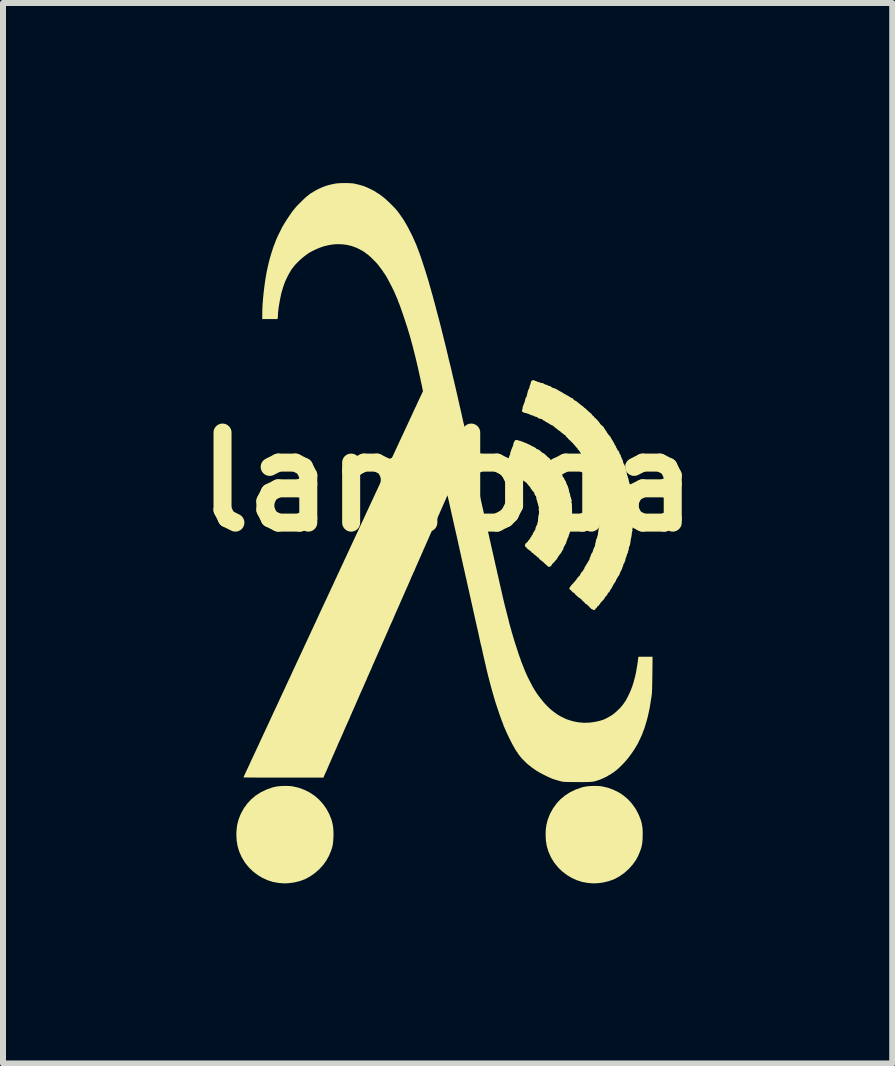
<source format=kicad_pcb>
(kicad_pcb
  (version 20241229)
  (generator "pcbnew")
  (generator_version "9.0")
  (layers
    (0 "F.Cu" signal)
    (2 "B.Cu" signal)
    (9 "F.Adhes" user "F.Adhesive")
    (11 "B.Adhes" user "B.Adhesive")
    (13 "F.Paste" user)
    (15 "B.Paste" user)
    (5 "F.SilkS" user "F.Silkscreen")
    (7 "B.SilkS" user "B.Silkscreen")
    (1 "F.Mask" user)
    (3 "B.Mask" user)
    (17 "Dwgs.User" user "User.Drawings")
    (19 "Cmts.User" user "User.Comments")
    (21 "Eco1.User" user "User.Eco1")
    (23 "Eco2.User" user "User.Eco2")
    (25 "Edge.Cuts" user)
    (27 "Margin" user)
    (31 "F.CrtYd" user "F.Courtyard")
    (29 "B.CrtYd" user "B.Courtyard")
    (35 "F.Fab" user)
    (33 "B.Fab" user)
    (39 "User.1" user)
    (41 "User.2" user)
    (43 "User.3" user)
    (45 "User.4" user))
  (footprint "lambda"
    (layer "F.Cu")
    (at 4.407 4.978)
    (property "Reference" "lambda" (at 0 0 0) (layer "F.SilkS") (effects (font (size 1.5 1.5) (thickness 0.3))))
    (attr board_only exclude_from_pos_files exclude_from_bom)
    (fp_poly (pts (xy -2.634 5.066) (xy -2.588 5.071) (xy -2.581 5.072) (xy -2.481 5.095) (xy -2.386 5.13) (xy -2.298 5.174) (xy -2.216 5.228) (xy -2.143 5.292) (xy -2.077 5.365) (xy -2.02 5.445) (xy -1.972 5.534) (xy -1.935 5.626) (xy -1.921 5.677) (xy -1.91 5.729) (xy -1.904 5.785) (xy -1.901 5.846) (xy -1.902 5.917) (xy -1.905 5.97) (xy -1.909 6.014) (xy -1.915 6.054) (xy -1.924 6.091) (xy -1.937 6.131) (xy -1.944 6.151) (xy -1.979 6.233) (xy -2.02 6.307) (xy -2.069 6.376) (xy -2.129 6.443) (xy -2.135 6.449) (xy -2.211 6.517) (xy -2.292 6.573) (xy -2.377 6.619) (xy -2.468 6.652) (xy -2.563 6.674) (xy -2.607 6.68) (xy -2.652 6.685) (xy -2.689 6.687) (xy -2.723 6.688) (xy -2.759 6.686) (xy -2.8 6.682) (xy -2.823 6.68) (xy -2.911 6.664) (xy -2.998 6.636) (xy -3.082 6.598) (xy -3.163 6.55) (xy -3.238 6.493) (xy -3.305 6.429) (xy -3.365 6.357) (xy -3.38 6.336) (xy -3.431 6.251) (xy -3.47 6.164) (xy -3.498 6.073) (xy -3.514 5.978) (xy -3.52 5.878) (xy -3.52 5.878) (xy -3.516 5.793) (xy -3.506 5.716) (xy -3.488 5.642) (xy -3.462 5.568) (xy -3.442 5.523) (xy -3.394 5.436) (xy -3.336 5.357) (xy -3.27 5.286) (xy -3.195 5.223) (xy -3.111 5.17) (xy -3.02 5.126) (xy -2.921 5.091) (xy -2.886 5.082) (xy -2.845 5.074) (xy -2.795 5.068) (xy -2.741 5.065) (xy -2.686 5.065)) (stroke (width 0) (type solid)) (fill yes) (layer "F.SilkS"))
    (fp_poly (pts (xy 2.518 5.066) (xy 2.563 5.071) (xy 2.57 5.072) (xy 2.671 5.095) (xy 2.765 5.13) (xy 2.854 5.174) (xy 2.935 5.228) (xy 3.009 5.292) (xy 3.074 5.365) (xy 3.131 5.445) (xy 3.179 5.534) (xy 3.216 5.626) (xy 3.231 5.677) (xy 3.241 5.729) (xy 3.248 5.785) (xy 3.25 5.846) (xy 3.249 5.917) (xy 3.247 5.97) (xy 3.242 6.014) (xy 3.236 6.054) (xy 3.227 6.091) (xy 3.214 6.131) (xy 3.207 6.151) (xy 3.173 6.233) (xy 3.132 6.307) (xy 3.082 6.376) (xy 3.022 6.443) (xy 3.016 6.449) (xy 2.94 6.517) (xy 2.86 6.573) (xy 2.774 6.619) (xy 2.683 6.652) (xy 2.588 6.674) (xy 2.544 6.68) (xy 2.5 6.685) (xy 2.462 6.687) (xy 2.428 6.688) (xy 2.393 6.686) (xy 2.352 6.682) (xy 2.328 6.68) (xy 2.241 6.664) (xy 2.154 6.636) (xy 2.069 6.598) (xy 1.989 6.55) (xy 1.914 6.493) (xy 1.846 6.429) (xy 1.787 6.357) (xy 1.771 6.336) (xy 1.72 6.251) (xy 1.681 6.164) (xy 1.653 6.073) (xy 1.637 5.978) (xy 1.632 5.878) (xy 1.632 5.878) (xy 1.635 5.793) (xy 1.645 5.716) (xy 1.663 5.642) (xy 1.69 5.568) (xy 1.71 5.523) (xy 1.758 5.436) (xy 1.815 5.357) (xy 1.881 5.286) (xy 1.957 5.223) (xy 2.04 5.17) (xy 2.131 5.126) (xy 2.23 5.091) (xy 2.265 5.082) (xy 2.306 5.074) (xy 2.356 5.068) (xy 2.41 5.065) (xy 2.465 5.065)) (stroke (width 0) (type solid)) (fill yes) (layer "F.SilkS"))
    (fp_poly (pts (xy 1.165 -0.696) (xy 1.182 -0.69) (xy 1.195 -0.685) (xy 1.202 -0.685) (xy 1.209 -0.685) (xy 1.221 -0.678) (xy 1.221 -0.678) (xy 1.234 -0.672) (xy 1.243 -0.671) (xy 1.251 -0.67) (xy 1.264 -0.663) (xy 1.264 -0.663) (xy 1.276 -0.655) (xy 1.283 -0.654) (xy 1.283 -0.654) (xy 1.29 -0.653) (xy 1.304 -0.647) (xy 1.324 -0.638) (xy 1.346 -0.628) (xy 1.368 -0.618) (xy 1.386 -0.608) (xy 1.397 -0.601) (xy 1.399 -0.599) (xy 1.406 -0.594) (xy 1.411 -0.594) (xy 1.422 -0.591) (xy 1.437 -0.583) (xy 1.455 -0.572) (xy 1.47 -0.562) (xy 1.48 -0.553) (xy 1.482 -0.549) (xy 1.487 -0.545) (xy 1.494 -0.544) (xy 1.513 -0.539) (xy 1.537 -0.523) (xy 1.56 -0.502) (xy 1.574 -0.489) (xy 1.587 -0.482) (xy 1.59 -0.481) (xy 1.599 -0.477) (xy 1.614 -0.466) (xy 1.632 -0.45) (xy 1.64 -0.442) (xy 1.659 -0.424) (xy 1.675 -0.409) (xy 1.687 -0.4) (xy 1.69 -0.398) (xy 1.701 -0.389) (xy 1.705 -0.381) (xy 1.711 -0.371) (xy 1.717 -0.369) (xy 1.726 -0.364) (xy 1.732 -0.355) (xy 1.743 -0.34) (xy 1.751 -0.333) (xy 1.761 -0.323) (xy 1.763 -0.318) (xy 1.767 -0.311) (xy 1.778 -0.298) (xy 1.794 -0.281) (xy 1.797 -0.278) (xy 1.814 -0.261) (xy 1.826 -0.246) (xy 1.832 -0.236) (xy 1.832 -0.235) (xy 1.837 -0.226) (xy 1.841 -0.225) (xy 1.849 -0.22) (xy 1.85 -0.21) (xy 1.854 -0.197) (xy 1.86 -0.192) (xy 1.869 -0.183) (xy 1.875 -0.172) (xy 1.882 -0.16) (xy 1.888 -0.156) (xy 1.893 -0.151) (xy 1.894 -0.145) (xy 1.899 -0.131) (xy 1.904 -0.125) (xy 1.911 -0.113) (xy 1.913 -0.102) (xy 1.918 -0.086) (xy 1.929 -0.074) (xy 1.94 -0.062) (xy 1.944 -0.05) (xy 1.948 -0.038) (xy 1.958 -0.023) (xy 1.96 -0.02) (xy 1.97 -0.005) (xy 1.975 0.009) (xy 1.975 0.011) (xy 1.98 0.031) (xy 1.994 0.057) (xy 1.997 0.063) (xy 2.003 0.075) (xy 2.009 0.095) (xy 2.016 0.118) (xy 2.021 0.142) (xy 2.025 0.161) (xy 2.025 0.167) (xy 2.028 0.178) (xy 2.031 0.181) (xy 2.035 0.187) (xy 2.039 0.202) (xy 2.041 0.219) (xy 2.044 0.239) (xy 2.048 0.252) (xy 2.051 0.256) (xy 2.055 0.262) (xy 2.057 0.272) (xy 2.06 0.29) (xy 2.065 0.3) (xy 2.069 0.313) (xy 2.065 0.324) (xy 2.061 0.336) (xy 2.065 0.343) (xy 2.068 0.352) (xy 2.07 0.371) (xy 2.071 0.399) (xy 2.072 0.433) (xy 2.073 0.471) (xy 2.073 0.512) (xy 2.073 0.553) (xy 2.072 0.593) (xy 2.071 0.629) (xy 2.069 0.659) (xy 2.067 0.681) (xy 2.065 0.694) (xy 2.064 0.696) (xy 2.058 0.709) (xy 2.056 0.727) (xy 2.056 0.728) (xy 2.054 0.744) (xy 2.051 0.753) (xy 2.051 0.753) (xy 2.048 0.761) (xy 2.045 0.777) (xy 2.042 0.8) (xy 2.041 0.806) (xy 2.039 0.83) (xy 2.036 0.847) (xy 2.033 0.856) (xy 2.032 0.856) (xy 2.029 0.86) (xy 2.025 0.87) (xy 2.019 0.889) (xy 2.011 0.918) (xy 2.009 0.927) (xy 2.004 0.936) (xy 2 0.938) (xy 1.995 0.943) (xy 1.994 0.952) (xy 1.991 0.968) (xy 1.985 0.981) (xy 1.978 0.998) (xy 1.976 1.011) (xy 1.974 1.022) (xy 1.971 1.026) (xy 1.966 1.033) (xy 1.957 1.047) (xy 1.952 1.058) (xy 1.943 1.075) (xy 1.935 1.087) (xy 1.932 1.091) (xy 1.929 1.099) (xy 1.93 1.106) (xy 1.928 1.119) (xy 1.923 1.127) (xy 1.913 1.14) (xy 1.904 1.157) (xy 1.903 1.16) (xy 1.892 1.179) (xy 1.877 1.199) (xy 1.874 1.203) (xy 1.86 1.22) (xy 1.844 1.243) (xy 1.835 1.259) (xy 1.823 1.279) (xy 1.811 1.296) (xy 1.803 1.304) (xy 1.792 1.314) (xy 1.788 1.322) (xy 1.783 1.331) (xy 1.78 1.332) (xy 1.771 1.337) (xy 1.764 1.347) (xy 1.756 1.359) (xy 1.747 1.363) (xy 1.74 1.368) (xy 1.738 1.374) (xy 1.733 1.387) (xy 1.721 1.401) (xy 1.706 1.412) (xy 1.7 1.414) (xy 1.687 1.415) (xy 1.677 1.412) (xy 1.663 1.403) (xy 1.655 1.394) (xy 1.648 1.385) (xy 1.643 1.382) (xy 1.636 1.377) (xy 1.624 1.367) (xy 1.608 1.351) (xy 1.608 1.351) (xy 1.592 1.335) (xy 1.577 1.323) (xy 1.568 1.317) (xy 1.558 1.311) (xy 1.557 1.307) (xy 1.552 1.301) (xy 1.55 1.3) (xy 1.541 1.296) (xy 1.53 1.287) (xy 1.525 1.279) (xy 1.525 1.278) (xy 1.521 1.271) (xy 1.512 1.261) (xy 1.503 1.257) (xy 1.503 1.257) (xy 1.495 1.252) (xy 1.485 1.242) (xy 1.485 1.242) (xy 1.47 1.229) (xy 1.453 1.216) (xy 1.452 1.216) (xy 1.439 1.206) (xy 1.432 1.199) (xy 1.432 1.197) (xy 1.426 1.191) (xy 1.414 1.183) (xy 1.413 1.183) (xy 1.4 1.175) (xy 1.394 1.167) (xy 1.394 1.167) (xy 1.389 1.159) (xy 1.377 1.149) (xy 1.374 1.147) (xy 1.357 1.136) (xy 1.344 1.125) (xy 1.343 1.124) (xy 1.333 1.115) (xy 1.327 1.113) (xy 1.32 1.108) (xy 1.317 1.1) (xy 1.309 1.088) (xy 1.301 1.083) (xy 1.29 1.075) (xy 1.287 1.061) (xy 1.291 1.042) (xy 1.303 1.023) (xy 1.306 1.02) (xy 1.319 1.008) (xy 1.328 1.001) (xy 1.33 1) (xy 1.336 0.995) (xy 1.34 0.985) (xy 1.346 0.973) (xy 1.353 0.969) (xy 1.361 0.964) (xy 1.365 0.955) (xy 1.372 0.941) (xy 1.383 0.925) (xy 1.385 0.923) (xy 1.395 0.909) (xy 1.4 0.897) (xy 1.4 0.896) (xy 1.405 0.886) (xy 1.41 0.884) (xy 1.417 0.875) (xy 1.419 0.866) (xy 1.423 0.851) (xy 1.431 0.84) (xy 1.442 0.825) (xy 1.447 0.814) (xy 1.452 0.803) (xy 1.457 0.8) (xy 1.461 0.795) (xy 1.463 0.781) (xy 1.463 0.778) (xy 1.464 0.764) (xy 1.468 0.757) (xy 1.469 0.756) (xy 1.474 0.751) (xy 1.475 0.741) (xy 1.479 0.727) (xy 1.485 0.721) (xy 1.492 0.712) (xy 1.494 0.696) (xy 1.495 0.682) (xy 1.498 0.675) (xy 1.499 0.675) (xy 1.503 0.67) (xy 1.504 0.661) (xy 1.507 0.62) (xy 1.51 0.59) (xy 1.512 0.569) (xy 1.515 0.555) (xy 1.518 0.547) (xy 1.518 0.546) (xy 1.521 0.532) (xy 1.523 0.511) (xy 1.522 0.488) (xy 1.518 0.468) (xy 1.516 0.461) (xy 1.516 0.447) (xy 1.52 0.44) (xy 1.524 0.43) (xy 1.521 0.426) (xy 1.516 0.418) (xy 1.512 0.402) (xy 1.51 0.389) (xy 1.506 0.37) (xy 1.502 0.357) (xy 1.5 0.353) (xy 1.496 0.345) (xy 1.494 0.331) (xy 1.492 0.317) (xy 1.488 0.31) (xy 1.484 0.302) (xy 1.48 0.286) (xy 1.478 0.269) (xy 1.474 0.247) (xy 1.469 0.234) (xy 1.463 0.23) (xy 1.454 0.221) (xy 1.448 0.203) (xy 1.443 0.185) (xy 1.435 0.17) (xy 1.421 0.155) (xy 1.414 0.148) (xy 1.404 0.137) (xy 1.4 0.128) (xy 1.395 0.119) (xy 1.391 0.117) (xy 1.383 0.108) (xy 1.382 0.104) (xy 1.378 0.094) (xy 1.367 0.08) (xy 1.36 0.072) (xy 1.344 0.054) (xy 1.329 0.034) (xy 1.325 0.029) (xy 1.309 0.012) (xy 1.29 -0.003) (xy 1.288 -0.004) (xy 1.275 -0.011) (xy 1.263 -0.02) (xy 1.249 -0.031) (xy 1.231 -0.048) (xy 1.222 -0.056) (xy 1.204 -0.07) (xy 1.182 -0.083) (xy 1.174 -0.087) (xy 1.157 -0.095) (xy 1.144 -0.103) (xy 1.141 -0.105) (xy 1.133 -0.109) (xy 1.129 -0.109) (xy 1.119 -0.11) (xy 1.116 -0.112) (xy 1.108 -0.119) (xy 1.092 -0.128) (xy 1.074 -0.136) (xy 1.057 -0.142) (xy 1.048 -0.144) (xy 1.037 -0.147) (xy 1.035 -0.15) (xy 1.026 -0.155) (xy 1.015 -0.156) (xy 0.999 -0.16) (xy 0.99 -0.166) (xy 0.976 -0.173) (xy 0.965 -0.175) (xy 0.956 -0.176) (xy 0.952 -0.182) (xy 0.95 -0.197) (xy 0.95 -0.202) (xy 0.952 -0.222) (xy 0.957 -0.235) (xy 0.959 -0.237) (xy 0.967 -0.248) (xy 0.971 -0.261) (xy 0.977 -0.29) (xy 0.982 -0.308) (xy 0.987 -0.317) (xy 0.989 -0.319) (xy 0.994 -0.328) (xy 0.998 -0.343) (xy 0.998 -0.344) (xy 1.002 -0.359) (xy 1.007 -0.368) (xy 1.007 -0.368) (xy 1.01 -0.374) (xy 1.009 -0.376) (xy 1.009 -0.385) (xy 1.015 -0.396) (xy 1.022 -0.412) (xy 1.028 -0.43) (xy 1.033 -0.444) (xy 1.038 -0.45) (xy 1.039 -0.45) (xy 1.042 -0.454) (xy 1.041 -0.457) (xy 1.041 -0.466) (xy 1.044 -0.484) (xy 1.052 -0.509) (xy 1.062 -0.537) (xy 1.073 -0.566) (xy 1.085 -0.594) (xy 1.089 -0.602) (xy 1.093 -0.617) (xy 1.094 -0.625) (xy 1.097 -0.642) (xy 1.099 -0.649) (xy 1.111 -0.672) (xy 1.119 -0.686) (xy 1.125 -0.694) (xy 1.132 -0.697) (xy 1.142 -0.698) (xy 1.144 -0.698)) (stroke (width 0) (type solid)) (fill yes) (layer "F.SilkS"))
    (fp_poly (pts (xy 1.442 -1.693) (xy 1.45 -1.689) (xy 1.45 -1.688) (xy 1.456 -1.683) (xy 1.465 -1.682) (xy 1.48 -1.678) (xy 1.488 -1.672) (xy 1.5 -1.665) (xy 1.508 -1.665) (xy 1.522 -1.664) (xy 1.527 -1.66) (xy 1.538 -1.654) (xy 1.556 -1.649) (xy 1.567 -1.648) (xy 1.589 -1.643) (xy 1.606 -1.635) (xy 1.612 -1.631) (xy 1.627 -1.622) (xy 1.64 -1.619) (xy 1.656 -1.615) (xy 1.665 -1.61) (xy 1.679 -1.602) (xy 1.688 -1.6) (xy 1.704 -1.596) (xy 1.723 -1.586) (xy 1.741 -1.572) (xy 1.742 -1.572) (xy 1.753 -1.566) (xy 1.77 -1.561) (xy 1.774 -1.561) (xy 1.794 -1.554) (xy 1.816 -1.543) (xy 1.823 -1.539) (xy 1.844 -1.525) (xy 1.869 -1.512) (xy 1.877 -1.507) (xy 1.897 -1.497) (xy 1.915 -1.486) (xy 1.92 -1.482) (xy 1.937 -1.472) (xy 1.955 -1.462) (xy 1.969 -1.455) (xy 1.975 -1.449) (xy 1.975 -1.449) (xy 1.981 -1.445) (xy 1.984 -1.444) (xy 1.994 -1.441) (xy 2.009 -1.432) (xy 2.017 -1.427) (xy 2.043 -1.41) (xy 2.061 -1.399) (xy 2.073 -1.395) (xy 2.079 -1.394) (xy 2.087 -1.391) (xy 2.088 -1.387) (xy 2.093 -1.377) (xy 2.108 -1.364) (xy 2.129 -1.351) (xy 2.142 -1.345) (xy 2.154 -1.337) (xy 2.17 -1.324) (xy 2.174 -1.32) (xy 2.187 -1.308) (xy 2.198 -1.301) (xy 2.2 -1.3) (xy 2.208 -1.295) (xy 2.213 -1.289) (xy 2.223 -1.278) (xy 2.238 -1.269) (xy 2.254 -1.259) (xy 2.266 -1.247) (xy 2.275 -1.236) (xy 2.282 -1.232) (xy 2.29 -1.227) (xy 2.302 -1.217) (xy 2.309 -1.211) (xy 2.324 -1.196) (xy 2.344 -1.177) (xy 2.366 -1.159) (xy 2.368 -1.157) (xy 2.386 -1.141) (xy 2.4 -1.128) (xy 2.407 -1.119) (xy 2.407 -1.117) (xy 2.412 -1.109) (xy 2.424 -1.1) (xy 2.426 -1.099) (xy 2.438 -1.089) (xy 2.444 -1.08) (xy 2.444 -1.079) (xy 2.447 -1.07) (xy 2.449 -1.069) (xy 2.458 -1.065) (xy 2.47 -1.055) (xy 2.481 -1.043) (xy 2.488 -1.034) (xy 2.488 -1.032) (xy 2.493 -1.026) (xy 2.497 -1.025) (xy 2.506 -1.022) (xy 2.507 -1.019) (xy 2.511 -1.01) (xy 2.52 -0.998) (xy 2.522 -0.995) (xy 2.533 -0.983) (xy 2.538 -0.974) (xy 2.538 -0.973) (xy 2.542 -0.967) (xy 2.553 -0.955) (xy 2.567 -0.942) (xy 2.581 -0.929) (xy 2.592 -0.921) (xy 2.596 -0.919) (xy 2.6 -0.914) (xy 2.601 -0.909) (xy 2.605 -0.899) (xy 2.614 -0.885) (xy 2.616 -0.883) (xy 2.627 -0.87) (xy 2.632 -0.859) (xy 2.632 -0.858) (xy 2.637 -0.849) (xy 2.641 -0.846) (xy 2.649 -0.838) (xy 2.651 -0.831) (xy 2.655 -0.819) (xy 2.66 -0.815) (xy 2.668 -0.807) (xy 2.669 -0.803) (xy 2.674 -0.793) (xy 2.682 -0.786) (xy 2.692 -0.777) (xy 2.694 -0.771) (xy 2.698 -0.763) (xy 2.701 -0.763) (xy 2.708 -0.758) (xy 2.713 -0.749) (xy 2.722 -0.732) (xy 2.727 -0.722) (xy 2.747 -0.691) (xy 2.765 -0.659) (xy 2.78 -0.631) (xy 2.785 -0.621) (xy 2.793 -0.605) (xy 2.8 -0.595) (xy 2.802 -0.594) (xy 2.806 -0.589) (xy 2.807 -0.579) (xy 2.81 -0.566) (xy 2.816 -0.56) (xy 2.824 -0.552) (xy 2.826 -0.542) (xy 2.831 -0.528) (xy 2.84 -0.522) (xy 2.852 -0.51) (xy 2.858 -0.492) (xy 2.865 -0.473) (xy 2.875 -0.456) (xy 2.876 -0.455) (xy 2.885 -0.439) (xy 2.888 -0.425) (xy 2.892 -0.409) (xy 2.898 -0.4) (xy 2.906 -0.388) (xy 2.907 -0.381) (xy 2.909 -0.371) (xy 2.912 -0.369) (xy 2.916 -0.363) (xy 2.92 -0.349) (xy 2.922 -0.338) (xy 2.927 -0.316) (xy 2.935 -0.3) (xy 2.938 -0.297) (xy 2.946 -0.284) (xy 2.953 -0.263) (xy 2.954 -0.256) (xy 2.957 -0.237) (xy 2.962 -0.225) (xy 2.964 -0.222) (xy 2.968 -0.213) (xy 2.969 -0.2) (xy 2.971 -0.186) (xy 2.975 -0.178) (xy 2.979 -0.171) (xy 2.983 -0.155) (xy 2.985 -0.14) (xy 2.989 -0.121) (xy 2.993 -0.107) (xy 2.995 -0.103) (xy 3 -0.094) (xy 3.001 -0.084) (xy 3.003 -0.071) (xy 3.006 -0.066) (xy 3.01 -0.058) (xy 3.014 -0.042) (xy 3.016 -0.03) (xy 3.02 -0.01) (xy 3.024 0.005) (xy 3.026 0.009) (xy 3.03 0.02) (xy 3.034 0.034) (xy 3.04 0.065) (xy 3.047 0.091) (xy 3.052 0.112) (xy 3.056 0.123) (xy 3.057 0.125) (xy 3.06 0.132) (xy 3.062 0.149) (xy 3.064 0.172) (xy 3.065 0.179) (xy 3.067 0.204) (xy 3.071 0.227) (xy 3.076 0.241) (xy 3.077 0.243) (xy 3.082 0.256) (xy 3.078 0.268) (xy 3.074 0.281) (xy 3.077 0.286) (xy 3.08 0.295) (xy 3.084 0.313) (xy 3.085 0.329) (xy 3.087 0.353) (xy 3.09 0.374) (xy 3.092 0.383) (xy 3.092 0.405) (xy 3.088 0.416) (xy 3.083 0.429) (xy 3.087 0.439) (xy 3.088 0.441) (xy 3.093 0.451) (xy 3.088 0.459) (xy 3.084 0.471) (xy 3.087 0.477) (xy 3.089 0.485) (xy 3.091 0.503) (xy 3.093 0.528) (xy 3.093 0.557) (xy 3.094 0.588) (xy 3.094 0.618) (xy 3.093 0.645) (xy 3.092 0.666) (xy 3.09 0.679) (xy 3.088 0.681) (xy 3.085 0.687) (xy 3.082 0.701) (xy 3.082 0.712) (xy 3.08 0.733) (xy 3.076 0.745) (xy 3.074 0.747) (xy 3.07 0.751) (xy 3.074 0.754) (xy 3.08 0.761) (xy 3.082 0.773) (xy 3.08 0.784) (xy 3.076 0.788) (xy 3.073 0.792) (xy 3.077 0.8) (xy 3.082 0.812) (xy 3.078 0.818) (xy 3.074 0.826) (xy 3.07 0.843) (xy 3.068 0.863) (xy 3.066 0.887) (xy 3.063 0.908) (xy 3.06 0.919) (xy 3.056 0.937) (xy 3.051 0.964) (xy 3.046 0.997) (xy 3.041 1.032) (xy 3.037 1.051) (xy 3.032 1.065) (xy 3.03 1.068) (xy 3.023 1.082) (xy 3.022 1.087) (xy 3.017 1.117) (xy 3.014 1.136) (xy 3.011 1.148) (xy 3.008 1.153) (xy 3.007 1.153) (xy 3.004 1.161) (xy 3.005 1.168) (xy 3.003 1.182) (xy 2.998 1.19) (xy 2.99 1.201) (xy 2.988 1.208) (xy 2.986 1.22) (xy 2.98 1.239) (xy 2.973 1.258) (xy 2.966 1.274) (xy 2.962 1.279) (xy 2.96 1.288) (xy 2.963 1.291) (xy 2.965 1.299) (xy 2.96 1.308) (xy 2.953 1.322) (xy 2.951 1.331) (xy 2.947 1.343) (xy 2.938 1.357) (xy 2.929 1.372) (xy 2.926 1.385) (xy 2.923 1.399) (xy 2.916 1.415) (xy 2.91 1.43) (xy 2.907 1.442) (xy 2.904 1.452) (xy 2.896 1.468) (xy 2.891 1.476) (xy 2.879 1.499) (xy 2.868 1.525) (xy 2.866 1.532) (xy 2.86 1.55) (xy 2.854 1.561) (xy 2.852 1.563) (xy 2.846 1.568) (xy 2.838 1.58) (xy 2.835 1.586) (xy 2.825 1.603) (xy 2.817 1.616) (xy 2.815 1.618) (xy 2.808 1.63) (xy 2.807 1.635) (xy 2.804 1.645) (xy 2.795 1.661) (xy 2.783 1.681) (xy 2.771 1.697) (xy 2.765 1.707) (xy 2.757 1.722) (xy 2.755 1.725) (xy 2.738 1.758) (xy 2.725 1.78) (xy 2.715 1.795) (xy 2.711 1.799) (xy 2.703 1.814) (xy 2.7 1.822) (xy 2.693 1.835) (xy 2.684 1.841) (xy 2.672 1.851) (xy 2.666 1.864) (xy 2.661 1.877) (xy 2.656 1.882) (xy 2.651 1.887) (xy 2.651 1.891) (xy 2.646 1.901) (xy 2.635 1.908) (xy 2.623 1.917) (xy 2.619 1.926) (xy 2.619 1.932) (xy 2.615 1.939) (xy 2.608 1.949) (xy 2.596 1.963) (xy 2.577 1.983) (xy 2.559 2.002) (xy 2.548 2.015) (xy 2.542 2.024) (xy 2.542 2.025) (xy 2.541 2.029) (xy 2.534 2.038) (xy 2.533 2.038) (xy 2.523 2.049) (xy 2.519 2.057) (xy 2.514 2.064) (xy 2.504 2.069) (xy 2.491 2.079) (xy 2.488 2.088) (xy 2.484 2.098) (xy 2.479 2.101) (xy 2.47 2.106) (xy 2.462 2.118) (xy 2.45 2.133) (xy 2.436 2.136) (xy 2.422 2.129) (xy 2.408 2.122) (xy 2.399 2.119) (xy 2.39 2.115) (xy 2.388 2.111) (xy 2.383 2.102) (xy 2.372 2.094) (xy 2.361 2.086) (xy 2.357 2.08) (xy 2.352 2.071) (xy 2.342 2.061) (xy 2.332 2.057) (xy 2.326 2.052) (xy 2.326 2.047) (xy 2.32 2.04) (xy 2.311 2.038) (xy 2.298 2.033) (xy 2.286 2.018) (xy 2.284 2.016) (xy 2.273 2.001) (xy 2.261 1.991) (xy 2.258 1.99) (xy 2.247 1.983) (xy 2.244 1.975) (xy 2.239 1.964) (xy 2.229 1.959) (xy 2.217 1.954) (xy 2.213 1.947) (xy 2.208 1.94) (xy 2.195 1.932) (xy 2.195 1.932) (xy 2.18 1.923) (xy 2.162 1.908) (xy 2.154 1.9) (xy 2.14 1.886) (xy 2.129 1.877) (xy 2.125 1.875) (xy 2.12 1.87) (xy 2.119 1.864) (xy 2.114 1.853) (xy 2.102 1.848) (xy 2.087 1.841) (xy 2.072 1.826) (xy 2.069 1.823) (xy 2.058 1.809) (xy 2.049 1.801) (xy 2.047 1.801) (xy 2.039 1.796) (xy 2.031 1.784) (xy 2.026 1.771) (xy 2.028 1.765) (xy 2.03 1.765) (xy 2.037 1.757) (xy 2.038 1.753) (xy 2.042 1.745) (xy 2.044 1.744) (xy 2.05 1.739) (xy 2.051 1.737) (xy 2.055 1.729) (xy 2.065 1.716) (xy 2.077 1.704) (xy 2.122 1.655) (xy 2.156 1.609) (xy 2.161 1.602) (xy 2.172 1.587) (xy 2.181 1.577) (xy 2.185 1.575) (xy 2.192 1.57) (xy 2.202 1.557) (xy 2.209 1.543) (xy 2.22 1.522) (xy 2.23 1.506) (xy 2.236 1.499) (xy 2.254 1.481) (xy 2.262 1.467) (xy 2.263 1.463) (xy 2.267 1.457) (xy 2.269 1.457) (xy 2.273 1.451) (xy 2.278 1.438) (xy 2.278 1.437) (xy 2.285 1.419) (xy 2.296 1.401) (xy 2.297 1.399) (xy 2.308 1.385) (xy 2.313 1.373) (xy 2.313 1.372) (xy 2.316 1.364) (xy 2.318 1.363) (xy 2.324 1.358) (xy 2.332 1.345) (xy 2.335 1.338) (xy 2.344 1.321) (xy 2.352 1.308) (xy 2.355 1.306) (xy 2.362 1.294) (xy 2.363 1.287) (xy 2.366 1.274) (xy 2.372 1.256) (xy 2.376 1.249) (xy 2.383 1.231) (xy 2.388 1.217) (xy 2.388 1.213) (xy 2.392 1.202) (xy 2.402 1.188) (xy 2.404 1.186) (xy 2.414 1.171) (xy 2.419 1.157) (xy 2.419 1.155) (xy 2.422 1.139) (xy 2.429 1.123) (xy 2.435 1.108) (xy 2.438 1.097) (xy 2.438 1.097) (xy 2.442 1.087) (xy 2.447 1.082) (xy 2.454 1.07) (xy 2.457 1.05) (xy 2.457 1.048) (xy 2.458 1.03) (xy 2.462 1.017) (xy 2.463 1.015) (xy 2.467 1.005) (xy 2.47 0.989) (xy 2.47 0.983) (xy 2.473 0.965) (xy 2.478 0.952) (xy 2.48 0.949) (xy 2.486 0.938) (xy 2.488 0.928) (xy 2.49 0.916) (xy 2.493 0.913) (xy 2.496 0.907) (xy 2.5 0.89) (xy 2.504 0.866) (xy 2.508 0.834) (xy 2.513 0.799) (xy 2.516 0.767) (xy 2.52 0.752) (xy 2.524 0.745) (xy 2.527 0.737) (xy 2.529 0.719) (xy 2.53 0.692) (xy 2.532 0.658) (xy 2.533 0.618) (xy 2.533 0.576) (xy 2.534 0.532) (xy 2.534 0.488) (xy 2.533 0.446) (xy 2.532 0.409) (xy 2.531 0.377) (xy 2.529 0.353) (xy 2.527 0.339) (xy 2.526 0.335) (xy 2.522 0.326) (xy 2.52 0.308) (xy 2.519 0.293) (xy 2.518 0.273) (xy 2.516 0.258) (xy 2.514 0.254) (xy 2.51 0.245) (xy 2.505 0.228) (xy 2.502 0.206) (xy 2.5 0.182) (xy 2.5 0.161) (xy 2.499 0.146) (xy 2.496 0.138) (xy 2.495 0.138) (xy 2.49 0.132) (xy 2.486 0.119) (xy 2.486 0.117) (xy 2.481 0.091) (xy 2.475 0.065) (xy 2.469 0.043) (xy 2.464 0.027) (xy 2.461 0.021) (xy 2.458 0.012) (xy 2.457 0.003) (xy 2.453 -0.013) (xy 2.447 -0.021) (xy 2.44 -0.033) (xy 2.438 -0.04) (xy 2.435 -0.05) (xy 2.432 -0.053) (xy 2.428 -0.061) (xy 2.424 -0.077) (xy 2.422 -0.091) (xy 2.419 -0.11) (xy 2.415 -0.122) (xy 2.413 -0.125) (xy 2.407 -0.13) (xy 2.4 -0.144) (xy 2.393 -0.16) (xy 2.389 -0.176) (xy 2.388 -0.182) (xy 2.383 -0.197) (xy 2.376 -0.204) (xy 2.367 -0.215) (xy 2.361 -0.232) (xy 2.36 -0.234) (xy 2.357 -0.249) (xy 2.353 -0.256) (xy 2.352 -0.256) (xy 2.346 -0.262) (xy 2.339 -0.274) (xy 2.334 -0.289) (xy 2.332 -0.301) (xy 2.328 -0.311) (xy 2.322 -0.313) (xy 2.315 -0.318) (xy 2.313 -0.328) (xy 2.308 -0.343) (xy 2.297 -0.355) (xy 2.286 -0.367) (xy 2.282 -0.378) (xy 2.282 -0.378) (xy 2.277 -0.389) (xy 2.273 -0.391) (xy 2.265 -0.4) (xy 2.26 -0.41) (xy 2.255 -0.421) (xy 2.25 -0.425) (xy 2.245 -0.43) (xy 2.244 -0.438) (xy 2.24 -0.45) (xy 2.235 -0.454) (xy 2.227 -0.462) (xy 2.219 -0.476) (xy 2.213 -0.488) (xy 2.208 -0.494) (xy 2.208 -0.494) (xy 2.203 -0.499) (xy 2.196 -0.511) (xy 2.195 -0.512) (xy 2.186 -0.527) (xy 2.175 -0.535) (xy 2.165 -0.544) (xy 2.163 -0.554) (xy 2.16 -0.566) (xy 2.154 -0.569) (xy 2.144 -0.574) (xy 2.138 -0.581) (xy 2.13 -0.593) (xy 2.116 -0.61) (xy 2.098 -0.63) (xy 2.078 -0.652) (xy 2.057 -0.673) (xy 2.038 -0.692) (xy 2.023 -0.705) (xy 2.014 -0.712) (xy 2.013 -0.713) (xy 2.007 -0.718) (xy 2.007 -0.721) (xy 2.002 -0.73) (xy 1.991 -0.738) (xy 1.98 -0.746) (xy 1.975 -0.754) (xy 1.972 -0.762) (xy 1.969 -0.763) (xy 1.964 -0.768) (xy 1.963 -0.772) (xy 1.958 -0.78) (xy 1.953 -0.781) (xy 1.942 -0.786) (xy 1.928 -0.796) (xy 1.921 -0.803) (xy 1.907 -0.816) (xy 1.895 -0.824) (xy 1.891 -0.825) (xy 1.883 -0.83) (xy 1.882 -0.835) (xy 1.876 -0.843) (xy 1.863 -0.851) (xy 1.857 -0.854) (xy 1.841 -0.862) (xy 1.833 -0.87) (xy 1.832 -0.872) (xy 1.826 -0.881) (xy 1.819 -0.885) (xy 1.807 -0.891) (xy 1.791 -0.904) (xy 1.78 -0.913) (xy 1.766 -0.927) (xy 1.756 -0.936) (xy 1.752 -0.938) (xy 1.743 -0.941) (xy 1.729 -0.947) (xy 1.713 -0.956) (xy 1.7 -0.963) (xy 1.696 -0.966) (xy 1.687 -0.973) (xy 1.671 -0.982) (xy 1.654 -0.991) (xy 1.636 -1.001) (xy 1.623 -1.009) (xy 1.619 -1.014) (xy 1.614 -1.018) (xy 1.608 -1.019) (xy 1.596 -1.024) (xy 1.584 -1.035) (xy 1.569 -1.047) (xy 1.551 -1.05) (xy 1.535 -1.053) (xy 1.517 -1.059) (xy 1.503 -1.067) (xy 1.495 -1.074) (xy 1.494 -1.076) (xy 1.489 -1.08) (xy 1.475 -1.084) (xy 1.469 -1.085) (xy 1.453 -1.088) (xy 1.445 -1.093) (xy 1.444 -1.094) (xy 1.439 -1.099) (xy 1.425 -1.103) (xy 1.424 -1.103) (xy 1.405 -1.109) (xy 1.383 -1.117) (xy 1.378 -1.119) (xy 1.357 -1.128) (xy 1.333 -1.137) (xy 1.31 -1.145) (xy 1.292 -1.149) (xy 1.285 -1.15) (xy 1.275 -1.153) (xy 1.259 -1.159) (xy 1.258 -1.16) (xy 1.242 -1.171) (xy 1.238 -1.185) (xy 1.239 -1.197) (xy 1.242 -1.2) (xy 1.245 -1.206) (xy 1.248 -1.22) (xy 1.249 -1.233) (xy 1.252 -1.255) (xy 1.257 -1.27) (xy 1.26 -1.273) (xy 1.267 -1.284) (xy 1.269 -1.296) (xy 1.271 -1.308) (xy 1.275 -1.313) (xy 1.28 -1.318) (xy 1.282 -1.331) (xy 1.285 -1.348) (xy 1.291 -1.359) (xy 1.296 -1.367) (xy 1.294 -1.37) (xy 1.292 -1.376) (xy 1.295 -1.388) (xy 1.3 -1.399) (xy 1.307 -1.406) (xy 1.308 -1.407) (xy 1.312 -1.412) (xy 1.313 -1.422) (xy 1.316 -1.436) (xy 1.323 -1.442) (xy 1.329 -1.446) (xy 1.325 -1.451) (xy 1.32 -1.458) (xy 1.323 -1.464) (xy 1.328 -1.475) (xy 1.333 -1.493) (xy 1.334 -1.501) (xy 1.339 -1.521) (xy 1.347 -1.538) (xy 1.35 -1.542) (xy 1.357 -1.555) (xy 1.363 -1.575) (xy 1.365 -1.585) (xy 1.369 -1.603) (xy 1.373 -1.615) (xy 1.375 -1.618) (xy 1.38 -1.625) (xy 1.382 -1.638) (xy 1.385 -1.656) (xy 1.392 -1.675) (xy 1.393 -1.675) (xy 1.402 -1.688) (xy 1.415 -1.693) (xy 1.427 -1.694)) (stroke (width 0) (type solid)) (fill yes) (layer "F.SilkS"))
    (fp_poly (pts (xy -1.668 -4.978) (xy -1.626 -4.976) (xy -1.589 -4.974) (xy -1.562 -4.971) (xy -1.56 -4.97) (xy -1.532 -4.964) (xy -1.499 -4.956) (xy -1.467 -4.948) (xy -1.463 -4.947) (xy -1.437 -4.939) (xy -1.414 -4.933) (xy -1.399 -4.929) (xy -1.396 -4.928) (xy -1.383 -4.923) (xy -1.378 -4.919) (xy -1.369 -4.914) (xy -1.365 -4.914) (xy -1.356 -4.911) (xy -1.338 -4.904) (xy -1.315 -4.893) (xy -1.289 -4.88) (xy -1.262 -4.867) (xy -1.237 -4.854) (xy -1.216 -4.843) (xy -1.203 -4.835) (xy -1.2 -4.832) (xy -1.194 -4.827) (xy -1.18 -4.819) (xy -1.169 -4.812) (xy -1.15 -4.801) (xy -1.134 -4.79) (xy -1.128 -4.786) (xy -1.118 -4.778) (xy -1.101 -4.765) (xy -1.079 -4.748) (xy -1.066 -4.738) (xy -1.043 -4.72) (xy -1.016 -4.695) (xy -0.984 -4.666) (xy -0.951 -4.634) (xy -0.919 -4.602) (xy -0.89 -4.572) (xy -0.864 -4.545) (xy -0.846 -4.523) (xy -0.841 -4.517) (xy -0.829 -4.502) (xy -0.821 -4.491) (xy -0.819 -4.489) (xy -0.814 -4.482) (xy -0.804 -4.468) (xy -0.791 -4.449) (xy -0.788 -4.445) (xy -0.774 -4.425) (xy -0.764 -4.41) (xy -0.757 -4.402) (xy -0.757 -4.401) (xy -0.751 -4.393) (xy -0.74 -4.376) (xy -0.725 -4.352) (xy -0.707 -4.322) (xy -0.688 -4.289) (xy -0.668 -4.254) (xy -0.663 -4.245) (xy -0.651 -4.222) (xy -0.635 -4.191) (xy -0.617 -4.156) (xy -0.599 -4.119) (xy -0.582 -4.085) (xy -0.569 -4.055) (xy -0.561 -4.038) (xy -0.548 -4.008) (xy -0.538 -3.986) (xy -0.531 -3.97) (xy -0.526 -3.959) (xy -0.522 -3.949) (xy -0.521 -3.948) (xy -0.515 -3.934) (xy -0.513 -3.925) (xy -0.513 -3.925) (xy -0.51 -3.916) (xy -0.504 -3.901) (xy -0.501 -3.893) (xy -0.492 -3.872) (xy -0.481 -3.841) (xy -0.466 -3.802) (xy -0.45 -3.755) (xy -0.432 -3.703) (xy -0.414 -3.647) (xy -0.395 -3.589) (xy -0.376 -3.531) (xy -0.358 -3.474) (xy -0.341 -3.419) (xy -0.326 -3.37) (xy -0.313 -3.326) (xy -0.312 -3.323) (xy -0.307 -3.303) (xy -0.301 -3.282) (xy -0.295 -3.26) (xy -0.288 -3.238) (xy -0.288 -3.237) (xy -0.281 -3.214) (xy -0.275 -3.19) (xy -0.275 -3.19) (xy -0.269 -3.168) (xy -0.263 -3.147) (xy -0.262 -3.146) (xy -0.252 -3.11) (xy -0.244 -3.083) (xy -0.239 -3.062) (xy -0.238 -3.057) (xy -0.232 -3.035) (xy -0.226 -3.013) (xy -0.219 -2.989) (xy -0.211 -2.959) (xy -0.203 -2.928) (xy -0.195 -2.9) (xy -0.19 -2.877) (xy -0.188 -2.869) (xy -0.183 -2.851) (xy -0.177 -2.827) (xy -0.172 -2.81) (xy -0.166 -2.788) (xy -0.158 -2.758) (xy -0.149 -2.723) (xy -0.139 -2.685) (xy -0.129 -2.648) (xy -0.121 -2.615) (xy -0.114 -2.59) (xy -0.112 -2.58) (xy -0.106 -2.557) (xy -0.1 -2.534) (xy -0.1 -2.533) (xy -0.095 -2.511) (xy -0.089 -2.487) (xy -0.088 -2.483) (xy -0.082 -2.46) (xy -0.076 -2.437) (xy -0.075 -2.433) (xy -0.07 -2.412) (xy -0.064 -2.387) (xy -0.063 -2.382) (xy -0.054 -2.347) (xy -0.046 -2.317) (xy -0.041 -2.297) (xy -0.039 -2.286) (xy -0.033 -2.264) (xy -0.026 -2.235) (xy -0.018 -2.202) (xy -0.01 -2.166) (xy -0.001 -2.13) (xy 0.007 -2.096) (xy 0.013 -2.069) (xy 0.02 -2.038) (xy 0.027 -2.013) (xy 0.033 -1.987) (xy 0.041 -1.956) (xy 0.044 -1.946) (xy 0.047 -1.932) (xy 0.051 -1.915) (xy 0.057 -1.891) (xy 0.064 -1.86) (xy 0.073 -1.819) (xy 0.079 -1.794) (xy 0.085 -1.769) (xy 0.09 -1.746) (xy 0.094 -1.732) (xy 0.098 -1.714) (xy 0.104 -1.69) (xy 0.11 -1.666) (xy 0.116 -1.636) (xy 0.124 -1.603) (xy 0.129 -1.582) (xy 0.136 -1.553) (xy 0.143 -1.521) (xy 0.147 -1.503) (xy 0.153 -1.476) (xy 0.161 -1.444) (xy 0.165 -1.425) (xy 0.171 -1.4) (xy 0.178 -1.368) (xy 0.185 -1.336) (xy 0.188 -1.325) (xy 0.194 -1.297) (xy 0.2 -1.27) (xy 0.205 -1.25) (xy 0.206 -1.244) (xy 0.212 -1.22) (xy 0.219 -1.188) (xy 0.229 -1.146) (xy 0.231 -1.136) (xy 0.243 -1.08) (xy 0.253 -1.035) (xy 0.261 -1) (xy 0.267 -0.975) (xy 0.269 -0.969) (xy 0.273 -0.952) (xy 0.279 -0.928) (xy 0.285 -0.901) (xy 0.285 -0.9) (xy 0.289 -0.881) (xy 0.293 -0.86) (xy 0.298 -0.836) (xy 0.305 -0.808) (xy 0.313 -0.772) (xy 0.322 -0.728) (xy 0.331 -0.688) (xy 0.339 -0.653) (xy 0.348 -0.614) (xy 0.356 -0.579) (xy 0.356 -0.575) (xy 0.364 -0.541) (xy 0.373 -0.502) (xy 0.381 -0.466) (xy 0.382 -0.461) (xy 0.388 -0.433) (xy 0.394 -0.407) (xy 0.399 -0.387) (xy 0.4 -0.381) (xy 0.404 -0.362) (xy 0.41 -0.338) (xy 0.413 -0.325) (xy 0.418 -0.301) (xy 0.423 -0.278) (xy 0.425 -0.269) (xy 0.429 -0.25) (xy 0.435 -0.226) (xy 0.438 -0.213) (xy 0.443 -0.189) (xy 0.448 -0.166) (xy 0.45 -0.156) (xy 0.454 -0.14) (xy 0.46 -0.117) (xy 0.466 -0.088) (xy 0.469 -0.075) (xy 0.475 -0.047) (xy 0.481 -0.02) (xy 0.486 0.000048) (xy 0.487 0.006) (xy 0.492 0.025) (xy 0.497 0.05) (xy 0.5 0.063) (xy 0.505 0.086) (xy 0.51 0.109) (xy 0.513 0.119) (xy 0.517 0.138) (xy 0.522 0.162) (xy 0.525 0.175) (xy 0.53 0.199) (xy 0.536 0.222) (xy 0.538 0.231) (xy 0.542 0.247) (xy 0.547 0.271) (xy 0.553 0.299) (xy 0.556 0.313) (xy 0.563 0.341) (xy 0.569 0.367) (xy 0.573 0.388) (xy 0.575 0.394) (xy 0.579 0.413) (xy 0.585 0.437) (xy 0.588 0.45) (xy 0.593 0.474) (xy 0.598 0.497) (xy 0.6 0.506) (xy 0.604 0.525) (xy 0.61 0.55) (xy 0.613 0.563) (xy 0.618 0.587) (xy 0.623 0.609) (xy 0.625 0.619) (xy 0.629 0.635) (xy 0.635 0.659) (xy 0.641 0.687) (xy 0.644 0.7) (xy 0.65 0.729) (xy 0.656 0.755) (xy 0.661 0.775) (xy 0.662 0.781) (xy 0.667 0.801) (xy 0.672 0.825) (xy 0.675 0.838) (xy 0.68 0.862) (xy 0.686 0.884) (xy 0.688 0.894) (xy 0.692 0.913) (xy 0.697 0.937) (xy 0.7 0.95) (xy 0.706 0.974) (xy 0.711 0.997) (xy 0.713 1.006) (xy 0.717 1.022) (xy 0.722 1.046) (xy 0.728 1.074) (xy 0.731 1.088) (xy 0.738 1.116) (xy 0.744 1.143) (xy 0.748 1.163) (xy 0.75 1.169) (xy 0.754 1.188) (xy 0.76 1.212) (xy 0.763 1.225) (xy 0.768 1.249) (xy 0.773 1.272) (xy 0.775 1.282) (xy 0.779 1.301) (xy 0.785 1.325) (xy 0.788 1.338) (xy 0.793 1.362) (xy 0.798 1.385) (xy 0.8 1.394) (xy 0.804 1.41) (xy 0.81 1.434) (xy 0.816 1.462) (xy 0.819 1.475) (xy 0.825 1.504) (xy 0.831 1.53) (xy 0.836 1.55) (xy 0.837 1.557) (xy 0.842 1.576) (xy 0.847 1.6) (xy 0.85 1.613) (xy 0.855 1.637) (xy 0.861 1.66) (xy 0.863 1.669) (xy 0.867 1.688) (xy 0.872 1.712) (xy 0.875 1.725) (xy 0.881 1.749) (xy 0.886 1.772) (xy 0.888 1.782) (xy 0.892 1.797) (xy 0.897 1.821) (xy 0.904 1.849) (xy 0.907 1.863) (xy 0.913 1.891) (xy 0.919 1.918) (xy 0.924 1.938) (xy 0.926 1.944) (xy 0.93 1.965) (xy 0.936 1.988) (xy 0.937 1.994) (xy 0.941 2.008) (xy 0.946 2.032) (xy 0.954 2.064) (xy 0.964 2.102) (xy 0.975 2.144) (xy 0.982 2.172) (xy 0.993 2.215) (xy 1.003 2.255) (xy 1.012 2.29) (xy 1.019 2.318) (xy 1.024 2.337) (xy 1.025 2.344) (xy 1.03 2.364) (xy 1.037 2.388) (xy 1.046 2.42) (xy 1.05 2.435) (xy 1.055 2.451) (xy 1.061 2.474) (xy 1.065 2.491) (xy 1.072 2.514) (xy 1.078 2.534) (xy 1.081 2.544) (xy 1.086 2.561) (xy 1.092 2.581) (xy 1.093 2.585) (xy 1.1 2.607) (xy 1.109 2.638) (xy 1.12 2.674) (xy 1.133 2.713) (xy 1.146 2.755) (xy 1.16 2.797) (xy 1.173 2.837) (xy 1.184 2.872) (xy 1.195 2.902) (xy 1.202 2.924) (xy 1.207 2.935) (xy 1.212 2.948) (xy 1.219 2.968) (xy 1.222 2.979) (xy 1.23 3.001) (xy 1.238 3.022) (xy 1.241 3.029) (xy 1.247 3.044) (xy 1.256 3.066) (xy 1.266 3.091) (xy 1.266 3.091) (xy 1.275 3.116) (xy 1.285 3.139) (xy 1.291 3.155) (xy 1.291 3.155) (xy 1.3 3.175) (xy 1.31 3.197) (xy 1.31 3.199) (xy 1.32 3.219) (xy 1.332 3.246) (xy 1.348 3.277) (xy 1.364 3.31) (xy 1.381 3.343) (xy 1.397 3.373) (xy 1.41 3.399) (xy 1.42 3.418) (xy 1.425 3.426) (xy 1.434 3.439) (xy 1.438 3.447) (xy 1.438 3.447) (xy 1.441 3.454) (xy 1.45 3.467) (xy 1.462 3.486) (xy 1.475 3.507) (xy 1.489 3.527) (xy 1.5 3.543) (xy 1.508 3.554) (xy 1.508 3.554) (xy 1.514 3.562) (xy 1.525 3.577) (xy 1.54 3.596) (xy 1.546 3.604) (xy 1.608 3.681) (xy 1.68 3.756) (xy 1.718 3.79) (xy 1.735 3.805) (xy 1.757 3.822) (xy 1.781 3.84) (xy 1.805 3.858) (xy 1.827 3.873) (xy 1.843 3.883) (xy 1.85 3.887) (xy 1.861 3.893) (xy 1.863 3.895) (xy 1.869 3.899) (xy 1.884 3.907) (xy 1.905 3.917) (xy 1.929 3.929) (xy 1.953 3.94) (xy 1.973 3.95) (xy 1.989 3.957) (xy 1.991 3.957) (xy 2.082 3.986) (xy 2.177 4.005) (xy 2.272 4.013) (xy 2.365 4.01) (xy 2.414 4.004) (xy 2.456 3.997) (xy 2.49 3.99) (xy 2.523 3.983) (xy 2.558 3.973) (xy 2.581 3.966) (xy 2.603 3.958) (xy 2.631 3.945) (xy 2.664 3.928) (xy 2.697 3.909) (xy 2.728 3.891) (xy 2.743 3.881) (xy 2.774 3.858) (xy 2.808 3.829) (xy 2.842 3.797) (xy 2.875 3.764) (xy 2.903 3.732) (xy 2.925 3.704) (xy 2.935 3.689) (xy 2.941 3.679) (xy 2.944 3.676) (xy 2.952 3.666) (xy 2.964 3.647) (xy 2.979 3.621) (xy 2.995 3.59) (xy 3.012 3.557) (xy 3.028 3.523) (xy 3.042 3.492) (xy 3.054 3.465) (xy 3.057 3.457) (xy 3.063 3.439) (xy 3.069 3.424) (xy 3.07 3.423) (xy 3.081 3.391) (xy 3.094 3.35) (xy 3.107 3.303) (xy 3.12 3.255) (xy 3.131 3.207) (xy 3.138 3.175) (xy 3.145 3.135) (xy 3.153 3.088) (xy 3.161 3.039) (xy 3.168 2.991) (xy 3.17 2.971) (xy 3.178 2.913) (xy 3.296 2.913) (xy 3.414 2.913) (xy 3.411 3.202) (xy 3.41 3.263) (xy 3.409 3.321) (xy 3.408 3.376) (xy 3.407 3.425) (xy 3.406 3.467) (xy 3.404 3.501) (xy 3.403 3.525) (xy 3.402 3.535) (xy 3.395 3.584) (xy 3.389 3.624) (xy 3.383 3.659) (xy 3.378 3.694) (xy 3.371 3.733) (xy 3.364 3.776) (xy 3.357 3.808) (xy 3.348 3.851) (xy 3.338 3.895) (xy 3.329 3.931) (xy 3.319 3.971) (xy 3.306 4.013) (xy 3.294 4.054) (xy 3.282 4.092) (xy 3.271 4.125) (xy 3.261 4.149) (xy 3.257 4.159) (xy 3.252 4.171) (xy 3.251 4.176) (xy 3.248 4.185) (xy 3.241 4.203) (xy 3.23 4.228) (xy 3.217 4.256) (xy 3.203 4.287) (xy 3.188 4.318) (xy 3.174 4.347) (xy 3.161 4.372) (xy 3.151 4.39) (xy 3.145 4.399) (xy 3.144 4.4) (xy 3.138 4.407) (xy 3.138 4.408) (xy 3.135 4.415) (xy 3.126 4.43) (xy 3.114 4.45) (xy 3.099 4.473) (xy 3.083 4.497) (xy 3.068 4.519) (xy 3.055 4.537) (xy 3.047 4.549) (xy 3.044 4.551) (xy 3.039 4.558) (xy 3.029 4.571) (xy 3.026 4.576) (xy 3.016 4.59) (xy 3.009 4.6) (xy 3.007 4.601) (xy 3.002 4.607) (xy 2.991 4.62) (xy 2.979 4.635) (xy 2.961 4.656) (xy 2.938 4.681) (xy 2.911 4.709) (xy 2.883 4.737) (xy 2.856 4.763) (xy 2.833 4.784) (xy 2.816 4.798) (xy 2.801 4.81) (xy 2.791 4.818) (xy 2.788 4.82) (xy 2.781 4.827) (xy 2.766 4.837) (xy 2.747 4.85) (xy 2.726 4.863) (xy 2.707 4.876) (xy 2.691 4.885) (xy 2.683 4.889) (xy 2.683 4.889) (xy 2.675 4.893) (xy 2.675 4.893) (xy 2.668 4.899) (xy 2.652 4.908) (xy 2.629 4.919) (xy 2.603 4.932) (xy 2.574 4.944) (xy 2.547 4.956) (xy 2.523 4.965) (xy 2.519 4.966) (xy 2.493 4.975) (xy 2.47 4.982) (xy 2.449 4.988) (xy 2.427 4.992) (xy 2.405 4.996) (xy 2.379 4.998) (xy 2.348 4.999) (xy 2.311 5) (xy 2.267 5.001) (xy 2.212 5.001) (xy 2.162 5) (xy 2.101 5) (xy 2.051 5) (xy 2.011 4.999) (xy 1.98 4.999) (xy 1.954 4.998) (xy 1.934 4.996) (xy 1.918 4.994) (xy 1.903 4.992) (xy 1.89 4.989) (xy 1.875 4.985) (xy 1.825 4.971) (xy 1.779 4.957) (xy 1.741 4.944) (xy 1.721 4.935) (xy 1.693 4.923) (xy 1.661 4.908) (xy 1.626 4.891) (xy 1.592 4.874) (xy 1.561 4.857) (xy 1.535 4.844) (xy 1.518 4.833) (xy 1.515 4.832) (xy 1.499 4.821) (xy 1.486 4.815) (xy 1.482 4.814) (xy 1.476 4.81) (xy 1.475 4.808) (xy 1.47 4.802) (xy 1.458 4.795) (xy 1.457 4.795) (xy 1.444 4.789) (xy 1.438 4.783) (xy 1.438 4.783) (xy 1.433 4.778) (xy 1.421 4.769) (xy 1.413 4.764) (xy 1.398 4.754) (xy 1.389 4.747) (xy 1.388 4.745) (xy 1.383 4.74) (xy 1.371 4.731) (xy 1.363 4.726) (xy 1.348 4.715) (xy 1.327 4.697) (xy 1.303 4.674) (xy 1.276 4.647) (xy 1.25 4.621) (xy 1.227 4.596) (xy 1.209 4.574) (xy 1.203 4.567) (xy 1.191 4.55) (xy 1.18 4.538) (xy 1.177 4.534) (xy 1.169 4.521) (xy 1.166 4.514) (xy 1.161 4.503) (xy 1.157 4.501) (xy 1.151 4.496) (xy 1.144 4.483) (xy 1.144 4.482) (xy 1.137 4.469) (xy 1.132 4.464) (xy 1.131 4.464) (xy 1.126 4.459) (xy 1.123 4.453) (xy 1.118 4.441) (xy 1.109 4.424) (xy 1.101 4.41) (xy 1.091 4.394) (xy 1.078 4.369) (xy 1.062 4.338) (xy 1.044 4.303) (xy 1.026 4.267) (xy 1.009 4.232) (xy 0.994 4.201) (xy 0.983 4.177) (xy 0.979 4.168) (xy 0.97 4.147) (xy 0.961 4.126) (xy 0.96 4.124) (xy 0.952 4.106) (xy 0.943 4.084) (xy 0.938 4.075) (xy 0.931 4.056) (xy 0.926 4.043) (xy 0.925 4.038) (xy 0.923 4.029) (xy 0.917 4.014) (xy 0.913 4.006) (xy 0.905 3.986) (xy 0.894 3.957) (xy 0.881 3.92) (xy 0.866 3.878) (xy 0.85 3.831) (xy 0.834 3.783) (xy 0.818 3.735) (xy 0.803 3.69) (xy 0.79 3.649) (xy 0.78 3.615) (xy 0.774 3.595) (xy 0.768 3.574) (xy 0.763 3.554) (xy 0.757 3.535) (xy 0.751 3.513) (xy 0.751 3.512) (xy 0.744 3.49) (xy 0.738 3.469) (xy 0.738 3.468) (xy 0.734 3.452) (xy 0.727 3.429) (xy 0.72 3.403) (xy 0.719 3.399) (xy 0.711 3.368) (xy 0.702 3.333) (xy 0.694 3.306) (xy 0.688 3.281) (xy 0.682 3.259) (xy 0.678 3.245) (xy 0.678 3.245) (xy 0.674 3.227) (xy 0.669 3.208) (xy 0.669 3.207) (xy 0.665 3.19) (xy 0.658 3.163) (xy 0.651 3.132) (xy 0.643 3.099) (xy 0.636 3.067) (xy 0.631 3.045) (xy 0.625 3.021) (xy 0.62 2.999) (xy 0.619 2.994) (xy 0.614 2.974) (xy 0.609 2.95) (xy 0.607 2.944) (xy 0.602 2.92) (xy 0.596 2.893) (xy 0.594 2.887) (xy 0.589 2.862) (xy 0.583 2.837) (xy 0.582 2.83) (xy 0.571 2.78) (xy 0.562 2.741) (xy 0.556 2.719) (xy 0.552 2.702) (xy 0.546 2.678) (xy 0.541 2.652) (xy 0.54 2.651) (xy 0.526 2.584) (xy 0.51 2.51) (xy 0.494 2.438) (xy 0.487 2.41) (xy 0.481 2.383) (xy 0.477 2.363) (xy 0.475 2.357) (xy 0.471 2.338) (xy 0.465 2.314) (xy 0.463 2.301) (xy 0.457 2.277) (xy 0.452 2.254) (xy 0.45 2.244) (xy 0.446 2.225) (xy 0.44 2.201) (xy 0.438 2.188) (xy 0.432 2.164) (xy 0.427 2.141) (xy 0.425 2.132) (xy 0.421 2.113) (xy 0.415 2.089) (xy 0.413 2.076) (xy 0.407 2.052) (xy 0.402 2.029) (xy 0.4 2.019) (xy 0.396 2) (xy 0.39 1.976) (xy 0.388 1.963) (xy 0.382 1.939) (xy 0.377 1.916) (xy 0.375 1.907) (xy 0.371 1.888) (xy 0.365 1.863) (xy 0.363 1.85) (xy 0.357 1.826) (xy 0.352 1.804) (xy 0.35 1.794) (xy 0.346 1.778) (xy 0.34 1.753) (xy 0.333 1.719) (xy 0.323 1.675) (xy 0.311 1.619) (xy 0.307 1.602) (xy 0.299 1.569) (xy 0.291 1.531) (xy 0.283 1.495) (xy 0.281 1.488) (xy 0.275 1.459) (xy 0.269 1.433) (xy 0.264 1.413) (xy 0.263 1.407) (xy 0.258 1.388) (xy 0.253 1.363) (xy 0.25 1.35) (xy 0.245 1.326) (xy 0.24 1.304) (xy 0.238 1.294) (xy 0.233 1.275) (xy 0.228 1.251) (xy 0.225 1.238) (xy 0.22 1.214) (xy 0.215 1.191) (xy 0.213 1.182) (xy 0.208 1.162) (xy 0.203 1.138) (xy 0.2 1.125) (xy 0.195 1.101) (xy 0.19 1.079) (xy 0.188 1.069) (xy 0.183 1.05) (xy 0.178 1.026) (xy 0.175 1.013) (xy 0.17 0.989) (xy 0.165 0.966) (xy 0.163 0.956) (xy 0.158 0.937) (xy 0.153 0.913) (xy 0.15 0.9) (xy 0.145 0.876) (xy 0.139 0.853) (xy 0.137 0.844) (xy 0.134 0.828) (xy 0.128 0.804) (xy 0.122 0.776) (xy 0.119 0.764) (xy 0.111 0.729) (xy 0.103 0.69) (xy 0.094 0.653) (xy 0.093 0.649) (xy 0.087 0.62) (xy 0.081 0.594) (xy 0.077 0.574) (xy 0.075 0.569) (xy 0.071 0.55) (xy 0.065 0.526) (xy 0.063 0.513) (xy 0.057 0.489) (xy 0.052 0.466) (xy 0.05 0.456) (xy 0.046 0.437) (xy 0.04 0.413) (xy 0.038 0.4) (xy 0.032 0.376) (xy 0.027 0.353) (xy 0.025 0.344) (xy 0.021 0.324) (xy 0.015 0.3) (xy 0.013 0.291) (xy 0.008 0.268) (xy 0.003 0.248) (xy 0.002 0.242) (xy -0.003 0.224) (xy -0.015 0.251) (xy -0.025 0.273) (xy -0.036 0.299) (xy -0.042 0.313) (xy -0.052 0.335) (xy -0.061 0.356) (xy -0.066 0.366) (xy -0.073 0.383) (xy -0.083 0.405) (xy -0.087 0.414) (xy -0.098 0.439) (xy -0.11 0.466) (xy -0.113 0.474) (xy -0.123 0.495) (xy -0.132 0.515) (xy -0.134 0.522) (xy -0.141 0.538) (xy -0.151 0.56) (xy -0.159 0.577) (xy -0.167 0.596) (xy -0.173 0.61) (xy -0.175 0.616) (xy -0.177 0.622) (xy -0.184 0.637) (xy -0.193 0.657) (xy -0.194 0.659) (xy -0.207 0.688) (xy -0.222 0.72) (xy -0.231 0.741) (xy -0.24 0.761) (xy -0.247 0.777) (xy -0.25 0.784) (xy -0.25 0.785) (xy -0.252 0.791) (xy -0.259 0.806) (xy -0.266 0.823) (xy -0.277 0.846) (xy -0.286 0.867) (xy -0.291 0.878) (xy -0.298 0.895) (xy -0.308 0.917) (xy -0.312 0.927) (xy -0.323 0.952) (xy -0.335 0.979) (xy -0.338 0.986) (xy -0.348 1.008) (xy -0.357 1.028) (xy -0.36 1.035) (xy -0.367 1.052) (xy -0.376 1.074) (xy -0.381 1.083) (xy -0.392 1.108) (xy -0.404 1.135) (xy -0.407 1.142) (xy -0.416 1.164) (xy -0.425 1.184) (xy -0.428 1.191) (xy -0.436 1.208) (xy -0.445 1.23) (xy -0.449 1.239) (xy -0.461 1.264) (xy -0.472 1.291) (xy -0.476 1.299) (xy -0.485 1.32) (xy -0.494 1.34) (xy -0.497 1.347) (xy -0.504 1.363) (xy -0.514 1.385) (xy -0.521 1.402) (xy -0.53 1.421) (xy -0.536 1.435) (xy -0.538 1.441) (xy -0.54 1.447) (xy -0.546 1.462) (xy -0.555 1.482) (xy -0.556 1.484) (xy -0.57 1.513) (xy -0.584 1.545) (xy -0.594 1.566) (xy -0.603 1.587) (xy -0.61 1.602) (xy -0.613 1.61) (xy -0.613 1.61) (xy -0.615 1.617) (xy -0.621 1.631) (xy -0.629 1.649) (xy -0.639 1.671) (xy -0.648 1.692) (xy -0.653 1.704) (xy -0.661 1.721) (xy -0.67 1.742) (xy -0.674 1.752) (xy -0.686 1.777) (xy -0.697 1.804) (xy -0.701 1.811) (xy -0.71 1.833) (xy -0.719 1.853) (xy -0.722 1.86) (xy -0.729 1.877) (xy -0.739 1.898) (xy -0.744 1.91) (xy -0.76 1.946) (xy -0.772 1.972) (xy -0.78 1.992) (xy -0.787 2.006) (xy -0.791 2.016) (xy -0.798 2.033) (xy -0.808 2.055) (xy -0.812 2.065) (xy -0.823 2.09) (xy -0.835 2.116) (xy -0.838 2.124) (xy -0.848 2.145) (xy -0.857 2.166) (xy -0.86 2.172) (xy -0.867 2.188) (xy -0.876 2.21) (xy -0.884 2.227) (xy -0.892 2.246) (xy -0.898 2.26) (xy -0.9 2.266) (xy -0.903 2.273) (xy -0.909 2.287) (xy -0.918 2.308) (xy -0.919 2.31) (xy -0.932 2.339) (xy -0.947 2.37) (xy -0.956 2.391) (xy -0.966 2.412) (xy -0.972 2.427) (xy -0.975 2.435) (xy -0.975 2.435) (xy -0.978 2.442) (xy -0.984 2.456) (xy -0.992 2.474) (xy -1.002 2.497) (xy -1.011 2.517) (xy -1.016 2.529) (xy -1.023 2.546) (xy -1.033 2.568) (xy -1.037 2.577) (xy -1.048 2.602) (xy -1.06 2.629) (xy -1.063 2.637) (xy -1.073 2.658) (xy -1.082 2.678) (xy -1.085 2.685) (xy -1.092 2.702) (xy -1.102 2.724) (xy -1.107 2.735) (xy -1.122 2.771) (xy -1.134 2.797) (xy -1.143 2.817) (xy -1.149 2.832) (xy -1.153 2.841) (xy -1.161 2.858) (xy -1.17 2.88) (xy -1.175 2.89) (xy -1.186 2.915) (xy -1.198 2.942) (xy -1.201 2.949) (xy -1.211 2.971) (xy -1.219 2.991) (xy -1.222 2.998) (xy -1.229 3.014) (xy -1.239 3.035) (xy -1.247 3.052) (xy -1.255 3.072) (xy -1.261 3.086) (xy -1.263 3.091) (xy -1.265 3.098) (xy -1.272 3.113) (xy -1.281 3.133) (xy -1.282 3.135) (xy -1.295 3.164) (xy -1.309 3.196) (xy -1.319 3.217) (xy -1.328 3.237) (xy -1.335 3.253) (xy -1.338 3.26) (xy -1.338 3.26) (xy -1.34 3.267) (xy -1.346 3.282) (xy -1.354 3.299) (xy -1.364 3.322) (xy -1.374 3.343) (xy -1.378 3.354) (xy -1.386 3.371) (xy -1.395 3.393) (xy -1.4 3.404) (xy -1.411 3.429) (xy -1.423 3.454) (xy -1.427 3.463) (xy -1.436 3.485) (xy -1.448 3.511) (xy -1.457 3.531) (xy -1.466 3.551) (xy -1.473 3.566) (xy -1.475 3.573) (xy -1.475 3.573) (xy -1.478 3.579) (xy -1.484 3.594) (xy -1.492 3.612) (xy -1.502 3.634) (xy -1.511 3.655) (xy -1.516 3.667) (xy -1.523 3.684) (xy -1.533 3.705) (xy -1.537 3.715) (xy -1.548 3.74) (xy -1.56 3.767) (xy -1.564 3.774) (xy -1.573 3.796) (xy -1.582 3.816) (xy -1.585 3.823) (xy -1.592 3.839) (xy -1.601 3.861) (xy -1.609 3.878) (xy -1.618 3.897) (xy -1.623 3.911) (xy -1.625 3.916) (xy -1.628 3.923) (xy -1.634 3.938) (xy -1.643 3.958) (xy -1.643 3.959) (xy -1.658 3.991) (xy -1.674 4.026) (xy -1.69 4.062) (xy -1.705 4.096) (xy -1.717 4.123) (xy -1.722 4.135) (xy -1.743 4.185) (xy -1.763 4.229) (xy -1.774 4.254) (xy -1.785 4.279) (xy -1.789 4.289) (xy -1.799 4.31) (xy -1.811 4.336) (xy -1.82 4.356) (xy -1.829 4.376) (xy -1.835 4.391) (xy -1.838 4.398) (xy -1.838 4.398) (xy -1.84 4.405) (xy -1.847 4.419) (xy -1.854 4.437) (xy -1.864 4.459) (xy -1.874 4.48) (xy -1.879 4.492) (xy -1.886 4.509) (xy -1.895 4.531) (xy -1.9 4.54) (xy -1.911 4.565) (xy -1.923 4.592) (xy -1.926 4.6) (xy -1.936 4.621) (xy -1.944 4.641) (xy -1.947 4.648) (xy -1.954 4.664) (xy -1.964 4.686) (xy -1.972 4.703) (xy -1.98 4.722) (xy -1.986 4.736) (xy -1.988 4.742) (xy -1.99 4.748) (xy -1.997 4.763) (xy -2.006 4.783) (xy -2.006 4.784) (xy -2.028 4.833) (xy -2.046 4.872) (xy -2.059 4.902) (xy -2.061 4.906) (xy -2.069 4.926) (xy -2.735 4.926) (xy -2.825 4.926) (xy -2.912 4.926) (xy -2.994 4.926) (xy -3.071 4.926) (xy -3.142 4.926) (xy -3.206 4.925) (xy -3.262 4.925) (xy -3.31 4.925) (xy -3.349 4.924) (xy -3.377 4.924) (xy -3.395 4.923) (xy -3.401 4.923) (xy -3.398 4.916) (xy -3.392 4.901) (xy -3.382 4.88) (xy -3.38 4.874) (xy -3.366 4.845) (xy -3.352 4.814) (xy -3.34 4.789) (xy -3.332 4.771) (xy -3.323 4.753) (xy -3.313 4.732) (xy -3.301 4.706) (xy -3.286 4.673) (xy -3.267 4.632) (xy -3.254 4.604) (xy -3.24 4.575) (xy -3.226 4.544) (xy -3.213 4.516) (xy -3.212 4.514) (xy -3.199 4.487) (xy -3.185 4.455) (xy -3.171 4.426) (xy -3.171 4.426) (xy -3.158 4.398) (xy -3.144 4.368) (xy -3.132 4.342) (xy -3.132 4.342) (xy -3.121 4.317) (xy -3.107 4.288) (xy -3.093 4.258) (xy -3.091 4.254) (xy -3.067 4.201) (xy -3.046 4.158) (xy -3.03 4.122) (xy -3.016 4.093) (xy -3.007 4.073) (xy -2.995 4.048) (xy -2.981 4.018) (xy -2.968 3.989) (xy -2.968 3.988) (xy -2.954 3.959) (xy -2.94 3.928) (xy -2.927 3.901) (xy -2.927 3.901) (xy -2.915 3.875) (xy -2.901 3.843) (xy -2.887 3.814) (xy -2.886 3.812) (xy -2.871 3.781) (xy -2.855 3.746) (xy -2.84 3.715) (xy -2.827 3.686) (xy -2.812 3.654) (xy -2.8 3.627) (xy -2.799 3.626) (xy -2.787 3.599) (xy -2.772 3.568) (xy -2.759 3.538) (xy -2.759 3.538) (xy -2.745 3.51) (xy -2.731 3.48) (xy -2.72 3.455) (xy -2.719 3.454) (xy -2.708 3.429) (xy -2.694 3.399) (xy -2.681 3.37) (xy -2.68 3.368) (xy -2.665 3.337) (xy -2.649 3.302) (xy -2.634 3.271) (xy -2.621 3.243) (xy -2.607 3.212) (xy -2.595 3.187) (xy -2.594 3.185) (xy -2.583 3.16) (xy -2.569 3.13) (xy -2.556 3.102) (xy -2.555 3.101) (xy -2.542 3.072) (xy -2.527 3.04) (xy -2.515 3.013) (xy -2.515 3.013) (xy -2.503 2.987) (xy -2.488 2.956) (xy -2.474 2.926) (xy -2.473 2.924) (xy -2.459 2.893) (xy -2.442 2.858) (xy -2.428 2.827) (xy -2.414 2.798) (xy -2.4 2.767) (xy -2.387 2.74) (xy -2.387 2.738) (xy -2.374 2.711) (xy -2.36 2.68) (xy -2.346 2.651) (xy -2.346 2.651) (xy -2.333 2.622) (xy -2.319 2.592) (xy -2.307 2.567) (xy -2.307 2.566) (xy -2.295 2.542) (xy -2.282 2.512) (xy -2.268 2.483) (xy -2.267 2.48) (xy -2.252 2.449) (xy -2.236 2.414) (xy -2.222 2.383) (xy -2.208 2.355) (xy -2.194 2.325) (xy -2.183 2.299) (xy -2.182 2.297) (xy -2.17 2.272) (xy -2.156 2.242) (xy -2.143 2.214) (xy -2.143 2.213) (xy -2.129 2.184) (xy -2.115 2.153) (xy -2.102 2.126) (xy -2.102 2.126) (xy -2.09 2.099) (xy -2.075 2.068) (xy -2.062 2.038) (xy -2.061 2.036) (xy -2.038 1.989) (xy -2.015 1.939) (xy -1.993 1.891) (xy -1.971 1.845) (xy -1.953 1.805) (xy -1.938 1.773) (xy -1.932 1.76) (xy -1.905 1.703) (xy -1.883 1.654) (xy -1.862 1.609) (xy -1.854 1.593) (xy -1.84 1.562) (xy -1.824 1.527) (xy -1.809 1.496) (xy -1.796 1.467) (xy -1.782 1.437) (xy -1.77 1.412) (xy -1.769 1.41) (xy -1.758 1.385) (xy -1.744 1.356) (xy -1.73 1.326) (xy -1.729 1.322) (xy -1.705 1.272) (xy -1.686 1.232) (xy -1.671 1.199) (xy -1.659 1.173) (xy -1.648 1.15) (xy -1.644 1.141) (xy -1.632 1.115) (xy -1.618 1.085) (xy -1.601 1.048) (xy -1.58 1.003) (xy -1.56 0.96) (xy -1.546 0.931) (xy -1.532 0.9) (xy -1.52 0.874) (xy -1.518 0.871) (xy -1.505 0.842) (xy -1.491 0.811) (xy -1.482 0.792) (xy -1.471 0.767) (xy -1.456 0.736) (xy -1.443 0.707) (xy -1.442 0.705) (xy -1.427 0.674) (xy -1.411 0.639) (xy -1.396 0.608) (xy -1.383 0.579) (xy -1.369 0.549) (xy -1.357 0.524) (xy -1.357 0.522) (xy -1.345 0.497) (xy -1.331 0.467) (xy -1.318 0.438) (xy -1.317 0.436) (xy -1.302 0.405) (xy -1.286 0.37) (xy -1.271 0.339) (xy -1.258 0.311) (xy -1.244 0.28) (xy -1.232 0.255) (xy -1.232 0.253) (xy -1.22 0.229) (xy -1.207 0.199) (xy -1.193 0.17) (xy -1.191 0.166) (xy -1.166 0.113) (xy -1.146 0.069) (xy -1.129 0.034) (xy -1.116 0.004) (xy -1.106 -0.016) (xy -1.095 -0.041) (xy -1.081 -0.071) (xy -1.068 -0.099) (xy -1.067 -0.1) (xy -1.054 -0.129) (xy -1.039 -0.161) (xy -1.027 -0.187) (xy -1.027 -0.188) (xy -1.015 -0.214) (xy -1 -0.245) (xy -0.986 -0.275) (xy -0.985 -0.277) (xy -0.971 -0.308) (xy -0.955 -0.343) (xy -0.94 -0.374) (xy -0.926 -0.403) (xy -0.912 -0.434) (xy -0.899 -0.461) (xy -0.899 -0.463) (xy -0.886 -0.489) (xy -0.872 -0.521) (xy -0.858 -0.55) (xy -0.858 -0.55) (xy -0.845 -0.579) (xy -0.831 -0.609) (xy -0.819 -0.634) (xy -0.819 -0.635) (xy -0.808 -0.659) (xy -0.794 -0.689) (xy -0.78 -0.718) (xy -0.779 -0.72) (xy -0.765 -0.752) (xy -0.748 -0.786) (xy -0.734 -0.817) (xy -0.72 -0.846) (xy -0.707 -0.876) (xy -0.695 -0.901) (xy -0.694 -0.903) (xy -0.682 -0.928) (xy -0.668 -0.958) (xy -0.655 -0.987) (xy -0.655 -0.988) (xy -0.641 -1.017) (xy -0.627 -1.048) (xy -0.614 -1.075) (xy -0.614 -1.075) (xy -0.602 -1.101) (xy -0.588 -1.132) (xy -0.574 -1.162) (xy -0.572 -1.166) (xy -0.559 -1.195) (xy -0.545 -1.225) (xy -0.533 -1.25) (xy -0.531 -1.253) (xy -0.488 -1.347) (xy -0.445 -1.438) (xy -0.439 -1.45) (xy -0.411 -1.51) (xy -0.419 -1.55) (xy -0.424 -1.576) (xy -0.428 -1.599) (xy -0.431 -1.613) (xy -0.436 -1.632) (xy -0.441 -1.656) (xy -0.444 -1.669) (xy -0.449 -1.694) (xy -0.454 -1.719) (xy -0.456 -1.729) (xy -0.46 -1.746) (xy -0.466 -1.771) (xy -0.472 -1.8) (xy -0.475 -1.813) (xy -0.486 -1.862) (xy -0.497 -1.913) (xy -0.509 -1.962) (xy -0.519 -2.007) (xy -0.528 -2.044) (xy -0.531 -2.057) (xy -0.54 -2.093) (xy -0.547 -2.121) (xy -0.553 -2.144) (xy -0.556 -2.157) (xy -0.562 -2.18) (xy -0.568 -2.202) (xy -0.569 -2.207) (xy -0.573 -2.224) (xy -0.578 -2.244) (xy -0.585 -2.27) (xy -0.594 -2.303) (xy -0.6 -2.326) (xy -0.61 -2.362) (xy -0.617 -2.389) (xy -0.623 -2.408) (xy -0.626 -2.421) (xy -0.629 -2.43) (xy -0.631 -2.438) (xy -0.636 -2.452) (xy -0.642 -2.473) (xy -0.649 -2.498) (xy -0.65 -2.501) (xy -0.659 -2.53) (xy -0.67 -2.567) (xy -0.684 -2.609) (xy -0.699 -2.655) (xy -0.715 -2.704) (xy -0.731 -2.753) (xy -0.748 -2.802) (xy -0.764 -2.848) (xy -0.779 -2.891) (xy -0.792 -2.928) (xy -0.804 -2.959) (xy -0.813 -2.982) (xy -0.818 -2.995) (xy -0.82 -2.997) (xy -0.825 -3.009) (xy -0.825 -3.011) (xy -0.828 -3.022) (xy -0.834 -3.038) (xy -0.838 -3.049) (xy -0.848 -3.071) (xy -0.857 -3.092) (xy -0.86 -3.099) (xy -0.869 -3.119) (xy -0.878 -3.141) (xy -0.879 -3.143) (xy -0.892 -3.173) (xy -0.909 -3.208) (xy -0.928 -3.247) (xy -0.949 -3.287) (xy -0.97 -3.328) (xy -0.991 -3.367) (xy -1.011 -3.403) (xy -1.028 -3.433) (xy -1.043 -3.457) (xy -1.053 -3.472) (xy -1.057 -3.476) (xy -1.063 -3.483) (xy -1.069 -3.494) (xy -1.077 -3.508) (xy -1.082 -3.516) (xy -1.089 -3.524) (xy -1.1 -3.539) (xy -1.115 -3.559) (xy -1.121 -3.567) (xy -1.142 -3.595) (xy -1.159 -3.617) (xy -1.176 -3.637) (xy -1.194 -3.657) (xy -1.217 -3.68) (xy -1.238 -3.701) (xy -1.268 -3.731) (xy -1.292 -3.754) (xy -1.312 -3.772) (xy -1.331 -3.787) (xy -1.35 -3.801) (xy -1.35 -3.801) (xy -1.365 -3.811) (xy -1.374 -3.819) (xy -1.375 -3.82) (xy -1.387 -3.829) (xy -1.408 -3.843) (xy -1.435 -3.858) (xy -1.465 -3.874) (xy -1.497 -3.89) (xy -1.525 -3.903) (xy -1.6 -3.93) (xy -1.681 -3.949) (xy -1.764 -3.959) (xy -1.846 -3.96) (xy -1.884 -3.958) (xy -1.918 -3.954) (xy -1.945 -3.95) (xy -1.971 -3.946) (xy -1.998 -3.94) (xy -2.033 -3.932) (xy -2.036 -3.932) (xy -2.08 -3.919) (xy -2.128 -3.902) (xy -2.179 -3.881) (xy -2.229 -3.858) (xy -2.275 -3.834) (xy -2.316 -3.811) (xy -2.344 -3.79) (xy -2.354 -3.783) (xy -2.37 -3.771) (xy -2.39 -3.756) (xy -2.394 -3.753) (xy -2.417 -3.734) (xy -2.444 -3.711) (xy -2.473 -3.684) (xy -2.502 -3.656) (xy -2.528 -3.629) (xy -2.549 -3.606) (xy -2.563 -3.589) (xy -2.563 -3.588) (xy -2.573 -3.574) (xy -2.581 -3.565) (xy -2.582 -3.563) (xy -2.589 -3.555) (xy -2.599 -3.541) (xy -2.61 -3.524) (xy -2.619 -3.509) (xy -2.625 -3.498) (xy -2.626 -3.496) (xy -2.63 -3.488) (xy -2.631 -3.487) (xy -2.635 -3.481) (xy -2.644 -3.466) (xy -2.656 -3.444) (xy -2.669 -3.418) (xy -2.683 -3.389) (xy -2.696 -3.361) (xy -2.708 -3.335) (xy -2.711 -3.326) (xy -2.719 -3.306) (xy -2.729 -3.278) (xy -2.74 -3.245) (xy -2.75 -3.211) (xy -2.76 -3.178) (xy -2.768 -3.151) (xy -2.769 -3.148) (xy -2.779 -3.103) (xy -2.789 -3.053) (xy -2.799 -3.001) (xy -2.808 -2.948) (xy -2.816 -2.898) (xy -2.821 -2.853) (xy -2.825 -2.816) (xy -2.826 -2.793) (xy -2.827 -2.769) (xy -2.829 -2.745) (xy -2.83 -2.737) (xy -2.834 -2.713) (xy -2.961 -2.713) (xy -3.088 -2.713) (xy -3.088 -2.793) (xy -3.087 -2.867) (xy -3.083 -2.951) (xy -3.076 -3.041) (xy -3.067 -3.135) (xy -3.056 -3.229) (xy -3.044 -3.322) (xy -3.03 -3.411) (xy -3.016 -3.492) (xy -3.006 -3.538) (xy -2.998 -3.575) (xy -2.992 -3.602) (xy -2.987 -3.623) (xy -2.983 -3.642) (xy -2.978 -3.661) (xy -2.972 -3.684) (xy -2.97 -3.693) (xy -2.962 -3.722) (xy -2.952 -3.757) (xy -2.941 -3.795) (xy -2.929 -3.833) (xy -2.917 -3.869) (xy -2.907 -3.901) (xy -2.899 -3.925) (xy -2.895 -3.935) (xy -2.89 -3.947) (xy -2.882 -3.967) (xy -2.873 -3.99) (xy -2.873 -3.992) (xy -2.863 -4.017) (xy -2.854 -4.04) (xy -2.847 -4.057) (xy -2.839 -4.073) (xy -2.829 -4.096) (xy -2.816 -4.123) (xy -2.801 -4.153) (xy -2.786 -4.183) (xy -2.772 -4.211) (xy -2.76 -4.236) (xy -2.751 -4.253) (xy -2.746 -4.263) (xy -2.745 -4.264) (xy -2.74 -4.27) (xy -2.732 -4.285) (xy -2.726 -4.295) (xy -2.717 -4.31) (xy -2.703 -4.332) (xy -2.685 -4.36) (xy -2.665 -4.391) (xy -2.644 -4.422) (xy -2.624 -4.452) (xy -2.605 -4.479) (xy -2.59 -4.501) (xy -2.58 -4.514) (xy -2.578 -4.517) (xy -2.567 -4.529) (xy -2.553 -4.547) (xy -2.548 -4.554) (xy -2.535 -4.569) (xy -2.516 -4.591) (xy -2.491 -4.617) (xy -2.462 -4.646) (xy -2.433 -4.675) (xy -2.404 -4.703) (xy -2.378 -4.728) (xy -2.357 -4.747) (xy -2.344 -4.758) (xy -2.328 -4.77) (xy -2.317 -4.779) (xy -2.313 -4.782) (xy -2.304 -4.79) (xy -2.289 -4.801) (xy -2.272 -4.812) (xy -2.256 -4.821) (xy -2.246 -4.826) (xy -2.245 -4.826) (xy -2.238 -4.83) (xy -2.238 -4.831) (xy -2.233 -4.836) (xy -2.219 -4.844) (xy -2.198 -4.856) (xy -2.173 -4.869) (xy -2.147 -4.882) (xy -2.121 -4.894) (xy -2.099 -4.904) (xy -2.082 -4.911) (xy -2.074 -4.914) (xy -2.062 -4.917) (xy -2.06 -4.919) (xy -2.049 -4.924) (xy -2.028 -4.931) (xy -2 -4.94) (xy -1.967 -4.949) (xy -1.931 -4.957) (xy -1.894 -4.965) (xy -1.866 -4.97) (xy -1.839 -4.974) (xy -1.802 -4.976) (xy -1.759 -4.978) (xy -1.714 -4.978)) (stroke (width 0) (type solid)) (fill yes) (layer "F.SilkS")))
  (gr_rect
    (start -3 -3)
    (end 11.814 14.666)
    (stroke (width 0.1) (type default))
    (fill no)
    (layer "Edge.Cuts")))
</source>
